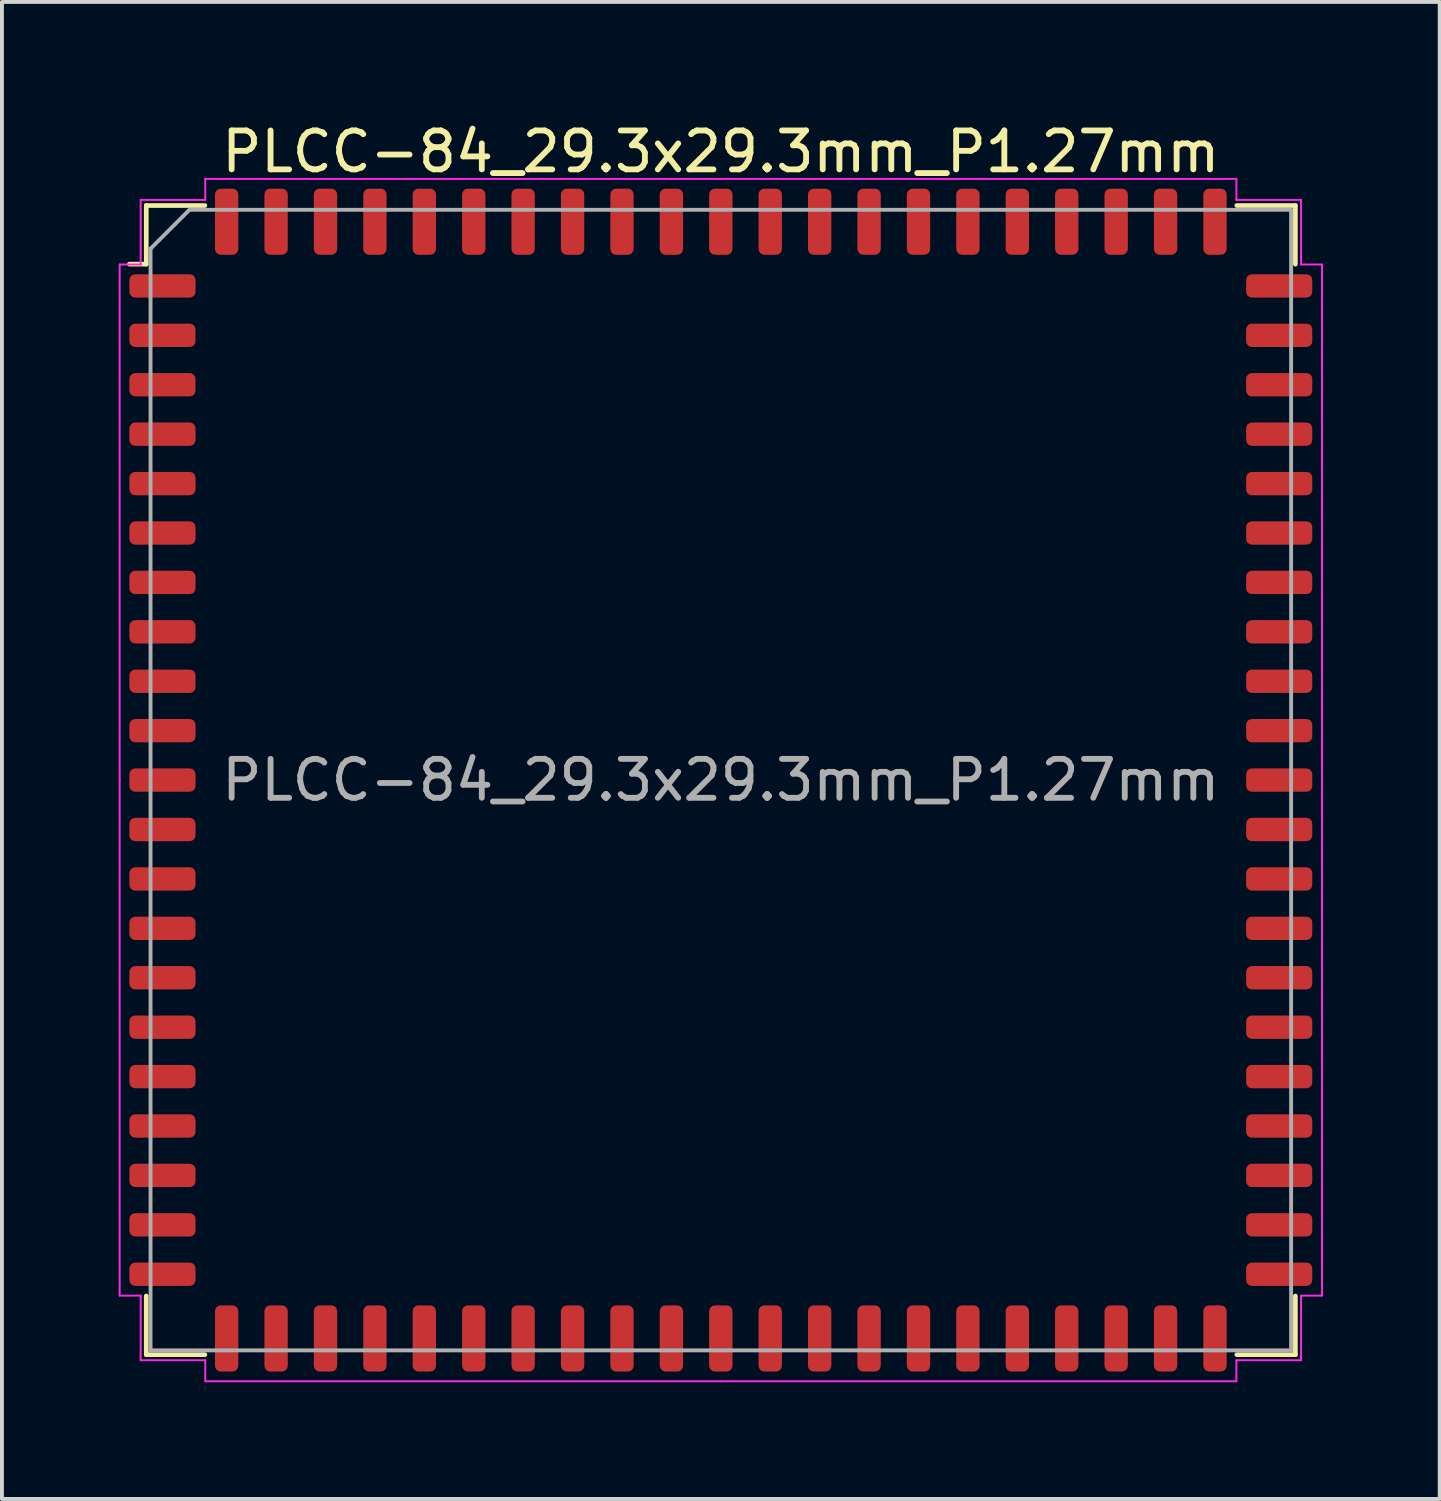
<source format=kicad_pcb>
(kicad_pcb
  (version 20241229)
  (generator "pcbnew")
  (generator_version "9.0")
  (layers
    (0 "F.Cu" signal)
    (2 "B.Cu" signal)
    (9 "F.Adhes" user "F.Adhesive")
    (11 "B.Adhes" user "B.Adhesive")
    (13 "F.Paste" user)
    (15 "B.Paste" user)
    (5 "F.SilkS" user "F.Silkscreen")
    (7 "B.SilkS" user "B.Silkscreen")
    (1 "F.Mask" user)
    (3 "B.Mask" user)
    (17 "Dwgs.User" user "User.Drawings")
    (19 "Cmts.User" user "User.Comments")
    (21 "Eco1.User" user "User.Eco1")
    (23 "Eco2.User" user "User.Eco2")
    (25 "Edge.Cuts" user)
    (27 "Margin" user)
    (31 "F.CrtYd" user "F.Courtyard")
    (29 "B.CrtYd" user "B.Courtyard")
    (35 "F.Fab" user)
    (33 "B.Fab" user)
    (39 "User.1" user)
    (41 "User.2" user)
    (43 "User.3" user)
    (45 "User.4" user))
  (footprint "PLCC-84_29.3x29.3mm_P1.27mm"
    (layer "F.Cu")
    (at 15.475 16.998)
    (property "Reference" "PLCC-84_29.3x29.3mm_P1.27mm" (at 0 -16.15 0) (layer "F.SilkS") (effects (font (size 1 1) (thickness 0.15))))
    (attr smd)
    (fp_line (start -14.766 -14.766) (end -14.766 -13.26) (stroke (width 0.12) (type solid)) (layer "F.SilkS"))
    (fp_line (start -14.766 -13.26) (end -15.2 -13.26) (stroke (width 0.12) (type solid)) (layer "F.SilkS"))
    (fp_line (start -14.766 14.766) (end -14.766 13.26) (stroke (width 0.12) (type solid)) (layer "F.SilkS"))
    (fp_line (start -13.26 -14.766) (end -14.766 -14.766) (stroke (width 0.12) (type solid)) (layer "F.SilkS"))
    (fp_line (start -13.26 14.766) (end -14.766 14.766) (stroke (width 0.12) (type solid)) (layer "F.SilkS"))
    (fp_line (start 13.26 -14.766) (end 14.766 -14.766) (stroke (width 0.12) (type solid)) (layer "F.SilkS"))
    (fp_line (start 13.26 14.766) (end 14.766 14.766) (stroke (width 0.12) (type solid)) (layer "F.SilkS"))
    (fp_line (start 14.766 -14.766) (end 14.766 -13.26) (stroke (width 0.12) (type solid)) (layer "F.SilkS"))
    (fp_line (start 14.766 14.766) (end 14.766 13.26) (stroke (width 0.12) (type solid)) (layer "F.SilkS"))
    (fp_line (start -15.45 -13.25) (end -15.45 0) (stroke (width 0.05) (type solid)) (layer "F.CrtYd"))
    (fp_line (start -15.45 13.25) (end -15.45 0) (stroke (width 0.05) (type solid)) (layer "F.CrtYd"))
    (fp_line (start -14.91 -14.91) (end -14.91 -13.25) (stroke (width 0.05) (type solid)) (layer "F.CrtYd"))
    (fp_line (start -14.91 -13.25) (end -15.45 -13.25) (stroke (width 0.05) (type solid)) (layer "F.CrtYd"))
    (fp_line (start -14.91 13.25) (end -15.45 13.25) (stroke (width 0.05) (type solid)) (layer "F.CrtYd"))
    (fp_line (start -14.91 14.91) (end -14.91 13.25) (stroke (width 0.05) (type solid)) (layer "F.CrtYd"))
    (fp_line (start -13.25 -15.45) (end -13.25 -14.91) (stroke (width 0.05) (type solid)) (layer "F.CrtYd"))
    (fp_line (start -13.25 -14.91) (end -14.91 -14.91) (stroke (width 0.05) (type solid)) (layer "F.CrtYd"))
    (fp_line (start -13.25 14.91) (end -14.91 14.91) (stroke (width 0.05) (type solid)) (layer "F.CrtYd"))
    (fp_line (start -13.25 15.45) (end -13.25 14.91) (stroke (width 0.05) (type solid)) (layer "F.CrtYd"))
    (fp_line (start 0 -15.45) (end -13.25 -15.45) (stroke (width 0.05) (type solid)) (layer "F.CrtYd"))
    (fp_line (start 0 -15.45) (end 13.25 -15.45) (stroke (width 0.05) (type solid)) (layer "F.CrtYd"))
    (fp_line (start 0 15.45) (end -13.25 15.45) (stroke (width 0.05) (type solid)) (layer "F.CrtYd"))
    (fp_line (start 0 15.45) (end 13.25 15.45) (stroke (width 0.05) (type solid)) (layer "F.CrtYd"))
    (fp_line (start 13.25 -15.45) (end 13.25 -14.91) (stroke (width 0.05) (type solid)) (layer "F.CrtYd"))
    (fp_line (start 13.25 -14.91) (end 14.91 -14.91) (stroke (width 0.05) (type solid)) (layer "F.CrtYd"))
    (fp_line (start 13.25 14.91) (end 14.91 14.91) (stroke (width 0.05) (type solid)) (layer "F.CrtYd"))
    (fp_line (start 13.25 15.45) (end 13.25 14.91) (stroke (width 0.05) (type solid)) (layer "F.CrtYd"))
    (fp_line (start 14.91 -14.91) (end 14.91 -13.25) (stroke (width 0.05) (type solid)) (layer "F.CrtYd"))
    (fp_line (start 14.91 -13.25) (end 15.45 -13.25) (stroke (width 0.05) (type solid)) (layer "F.CrtYd"))
    (fp_line (start 14.91 13.25) (end 15.45 13.25) (stroke (width 0.05) (type solid)) (layer "F.CrtYd"))
    (fp_line (start 14.91 14.91) (end 14.91 13.25) (stroke (width 0.05) (type solid)) (layer "F.CrtYd"))
    (fp_line (start 15.45 -13.25) (end 15.45 0) (stroke (width 0.05) (type solid)) (layer "F.CrtYd"))
    (fp_line (start 15.45 13.25) (end 15.45 0) (stroke (width 0.05) (type solid)) (layer "F.CrtYd"))
    (fp_line (start -14.656 -13.656) (end -13.656 -14.656) (stroke (width 0.1) (type solid)) (layer "F.Fab"))
    (fp_line (start -14.656 14.656) (end -14.656 -13.656) (stroke (width 0.1) (type solid)) (layer "F.Fab"))
    (fp_line (start -13.656 -14.656) (end 14.656 -14.656) (stroke (width 0.1) (type solid)) (layer "F.Fab"))
    (fp_line (start 14.656 -14.656) (end 14.656 14.656) (stroke (width 0.1) (type solid)) (layer "F.Fab"))
    (fp_line (start 14.656 14.656) (end -14.656 14.656) (stroke (width 0.1) (type solid)) (layer "F.Fab"))
    (fp_text user "${REFERENCE}" (at 0 0 0) (layer "F.Fab") (effects (font (size 1 1) (thickness 0.15))))
    (pad "1" smd roundrect (at -14.35 -12.7) (size 1.7 0.6) (layers "F.Cu" "F.Mask" "F.Paste") (roundrect_rratio 0.25))
    (pad "2" smd roundrect (at -14.35 -11.43) (size 1.7 0.6) (layers "F.Cu" "F.Mask" "F.Paste") (roundrect_rratio 0.25))
    (pad "3" smd roundrect (at -14.35 -10.16) (size 1.7 0.6) (layers "F.Cu" "F.Mask" "F.Paste") (roundrect_rratio 0.25))
    (pad "4" smd roundrect (at -14.35 -8.89) (size 1.7 0.6) (layers "F.Cu" "F.Mask" "F.Paste") (roundrect_rratio 0.25))
    (pad "5" smd roundrect (at -14.35 -7.62) (size 1.7 0.6) (layers "F.Cu" "F.Mask" "F.Paste") (roundrect_rratio 0.25))
    (pad "6" smd roundrect (at -14.35 -6.35) (size 1.7 0.6) (layers "F.Cu" "F.Mask" "F.Paste") (roundrect_rratio 0.25))
    (pad "7" smd roundrect (at -14.35 -5.08) (size 1.7 0.6) (layers "F.Cu" "F.Mask" "F.Paste") (roundrect_rratio 0.25))
    (pad "8" smd roundrect (at -14.35 -3.81) (size 1.7 0.6) (layers "F.Cu" "F.Mask" "F.Paste") (roundrect_rratio 0.25))
    (pad "9" smd roundrect (at -14.35 -2.54) (size 1.7 0.6) (layers "F.Cu" "F.Mask" "F.Paste") (roundrect_rratio 0.25))
    (pad "10" smd roundrect (at -14.35 -1.27) (size 1.7 0.6) (layers "F.Cu" "F.Mask" "F.Paste") (roundrect_rratio 0.25))
    (pad "11" smd roundrect (at -14.35 0) (size 1.7 0.6) (layers "F.Cu" "F.Mask" "F.Paste") (roundrect_rratio 0.25))
    (pad "12" smd roundrect (at -14.35 1.27) (size 1.7 0.6) (layers "F.Cu" "F.Mask" "F.Paste") (roundrect_rratio 0.25))
    (pad "13" smd roundrect (at -14.35 2.54) (size 1.7 0.6) (layers "F.Cu" "F.Mask" "F.Paste") (roundrect_rratio 0.25))
    (pad "14" smd roundrect (at -14.35 3.81) (size 1.7 0.6) (layers "F.Cu" "F.Mask" "F.Paste") (roundrect_rratio 0.25))
    (pad "15" smd roundrect (at -14.35 5.08) (size 1.7 0.6) (layers "F.Cu" "F.Mask" "F.Paste") (roundrect_rratio 0.25))
    (pad "16" smd roundrect (at -14.35 6.35) (size 1.7 0.6) (layers "F.Cu" "F.Mask" "F.Paste") (roundrect_rratio 0.25))
    (pad "17" smd roundrect (at -14.35 7.62) (size 1.7 0.6) (layers "F.Cu" "F.Mask" "F.Paste") (roundrect_rratio 0.25))
    (pad "18" smd roundrect (at -14.35 8.89) (size 1.7 0.6) (layers "F.Cu" "F.Mask" "F.Paste") (roundrect_rratio 0.25))
    (pad "19" smd roundrect (at -14.35 10.16) (size 1.7 0.6) (layers "F.Cu" "F.Mask" "F.Paste") (roundrect_rratio 0.25))
    (pad "20" smd roundrect (at -14.35 11.43) (size 1.7 0.6) (layers "F.Cu" "F.Mask" "F.Paste") (roundrect_rratio 0.25))
    (pad "21" smd roundrect (at -14.35 12.7) (size 1.7 0.6) (layers "F.Cu" "F.Mask" "F.Paste") (roundrect_rratio 0.25))
    (pad "22" smd roundrect (at -12.7 14.35) (size 0.6 1.7) (layers "F.Cu" "F.Mask" "F.Paste") (roundrect_rratio 0.25))
    (pad "23" smd roundrect (at -11.43 14.35) (size 0.6 1.7) (layers "F.Cu" "F.Mask" "F.Paste") (roundrect_rratio 0.25))
    (pad "24" smd roundrect (at -10.16 14.35) (size 0.6 1.7) (layers "F.Cu" "F.Mask" "F.Paste") (roundrect_rratio 0.25))
    (pad "25" smd roundrect (at -8.89 14.35) (size 0.6 1.7) (layers "F.Cu" "F.Mask" "F.Paste") (roundrect_rratio 0.25))
    (pad "26" smd roundrect (at -7.62 14.35) (size 0.6 1.7) (layers "F.Cu" "F.Mask" "F.Paste") (roundrect_rratio 0.25))
    (pad "27" smd roundrect (at -6.35 14.35) (size 0.6 1.7) (layers "F.Cu" "F.Mask" "F.Paste") (roundrect_rratio 0.25))
    (pad "28" smd roundrect (at -5.08 14.35) (size 0.6 1.7) (layers "F.Cu" "F.Mask" "F.Paste") (roundrect_rratio 0.25))
    (pad "29" smd roundrect (at -3.81 14.35) (size 0.6 1.7) (layers "F.Cu" "F.Mask" "F.Paste") (roundrect_rratio 0.25))
    (pad "30" smd roundrect (at -2.54 14.35) (size 0.6 1.7) (layers "F.Cu" "F.Mask" "F.Paste") (roundrect_rratio 0.25))
    (pad "31" smd roundrect (at -1.27 14.35) (size 0.6 1.7) (layers "F.Cu" "F.Mask" "F.Paste") (roundrect_rratio 0.25))
    (pad "32" smd roundrect (at 0 14.35) (size 0.6 1.7) (layers "F.Cu" "F.Mask" "F.Paste") (roundrect_rratio 0.25))
    (pad "33" smd roundrect (at 1.27 14.35) (size 0.6 1.7) (layers "F.Cu" "F.Mask" "F.Paste") (roundrect_rratio 0.25))
    (pad "34" smd roundrect (at 2.54 14.35) (size 0.6 1.7) (layers "F.Cu" "F.Mask" "F.Paste") (roundrect_rratio 0.25))
    (pad "35" smd roundrect (at 3.81 14.35) (size 0.6 1.7) (layers "F.Cu" "F.Mask" "F.Paste") (roundrect_rratio 0.25))
    (pad "36" smd roundrect (at 5.08 14.35) (size 0.6 1.7) (layers "F.Cu" "F.Mask" "F.Paste") (roundrect_rratio 0.25))
    (pad "37" smd roundrect (at 6.35 14.35) (size 0.6 1.7) (layers "F.Cu" "F.Mask" "F.Paste") (roundrect_rratio 0.25))
    (pad "38" smd roundrect (at 7.62 14.35) (size 0.6 1.7) (layers "F.Cu" "F.Mask" "F.Paste") (roundrect_rratio 0.25))
    (pad "39" smd roundrect (at 8.89 14.35) (size 0.6 1.7) (layers "F.Cu" "F.Mask" "F.Paste") (roundrect_rratio 0.25))
    (pad "40" smd roundrect (at 10.16 14.35) (size 0.6 1.7) (layers "F.Cu" "F.Mask" "F.Paste") (roundrect_rratio 0.25))
    (pad "41" smd roundrect (at 11.43 14.35) (size 0.6 1.7) (layers "F.Cu" "F.Mask" "F.Paste") (roundrect_rratio 0.25))
    (pad "42" smd roundrect (at 12.7 14.35) (size 0.6 1.7) (layers "F.Cu" "F.Mask" "F.Paste") (roundrect_rratio 0.25))
    (pad "43" smd roundrect (at 14.35 12.7) (size 1.7 0.6) (layers "F.Cu" "F.Mask" "F.Paste") (roundrect_rratio 0.25))
    (pad "44" smd roundrect (at 14.35 11.43) (size 1.7 0.6) (layers "F.Cu" "F.Mask" "F.Paste") (roundrect_rratio 0.25))
    (pad "45" smd roundrect (at 14.35 10.16) (size 1.7 0.6) (layers "F.Cu" "F.Mask" "F.Paste") (roundrect_rratio 0.25))
    (pad "46" smd roundrect (at 14.35 8.89) (size 1.7 0.6) (layers "F.Cu" "F.Mask" "F.Paste") (roundrect_rratio 0.25))
    (pad "47" smd roundrect (at 14.35 7.62) (size 1.7 0.6) (layers "F.Cu" "F.Mask" "F.Paste") (roundrect_rratio 0.25))
    (pad "48" smd roundrect (at 14.35 6.35) (size 1.7 0.6) (layers "F.Cu" "F.Mask" "F.Paste") (roundrect_rratio 0.25))
    (pad "49" smd roundrect (at 14.35 5.08) (size 1.7 0.6) (layers "F.Cu" "F.Mask" "F.Paste") (roundrect_rratio 0.25))
    (pad "50" smd roundrect (at 14.35 3.81) (size 1.7 0.6) (layers "F.Cu" "F.Mask" "F.Paste") (roundrect_rratio 0.25))
    (pad "51" smd roundrect (at 14.35 2.54) (size 1.7 0.6) (layers "F.Cu" "F.Mask" "F.Paste") (roundrect_rratio 0.25))
    (pad "52" smd roundrect (at 14.35 1.27) (size 1.7 0.6) (layers "F.Cu" "F.Mask" "F.Paste") (roundrect_rratio 0.25))
    (pad "53" smd roundrect (at 14.35 0) (size 1.7 0.6) (layers "F.Cu" "F.Mask" "F.Paste") (roundrect_rratio 0.25))
    (pad "54" smd roundrect (at 14.35 -1.27) (size 1.7 0.6) (layers "F.Cu" "F.Mask" "F.Paste") (roundrect_rratio 0.25))
    (pad "55" smd roundrect (at 14.35 -2.54) (size 1.7 0.6) (layers "F.Cu" "F.Mask" "F.Paste") (roundrect_rratio 0.25))
    (pad "56" smd roundrect (at 14.35 -3.81) (size 1.7 0.6) (layers "F.Cu" "F.Mask" "F.Paste") (roundrect_rratio 0.25))
    (pad "57" smd roundrect (at 14.35 -5.08) (size 1.7 0.6) (layers "F.Cu" "F.Mask" "F.Paste") (roundrect_rratio 0.25))
    (pad "58" smd roundrect (at 14.35 -6.35) (size 1.7 0.6) (layers "F.Cu" "F.Mask" "F.Paste") (roundrect_rratio 0.25))
    (pad "59" smd roundrect (at 14.35 -7.62) (size 1.7 0.6) (layers "F.Cu" "F.Mask" "F.Paste") (roundrect_rratio 0.25))
    (pad "60" smd roundrect (at 14.35 -8.89) (size 1.7 0.6) (layers "F.Cu" "F.Mask" "F.Paste") (roundrect_rratio 0.25))
    (pad "61" smd roundrect (at 14.35 -10.16) (size 1.7 0.6) (layers "F.Cu" "F.Mask" "F.Paste") (roundrect_rratio 0.25))
    (pad "62" smd roundrect (at 14.35 -11.43) (size 1.7 0.6) (layers "F.Cu" "F.Mask" "F.Paste") (roundrect_rratio 0.25))
    (pad "63" smd roundrect (at 14.35 -12.7) (size 1.7 0.6) (layers "F.Cu" "F.Mask" "F.Paste") (roundrect_rratio 0.25))
    (pad "64" smd roundrect (at 12.7 -14.35) (size 0.6 1.7) (layers "F.Cu" "F.Mask" "F.Paste") (roundrect_rratio 0.25))
    (pad "65" smd roundrect (at 11.43 -14.35) (size 0.6 1.7) (layers "F.Cu" "F.Mask" "F.Paste") (roundrect_rratio 0.25))
    (pad "66" smd roundrect (at 10.16 -14.35) (size 0.6 1.7) (layers "F.Cu" "F.Mask" "F.Paste") (roundrect_rratio 0.25))
    (pad "67" smd roundrect (at 8.89 -14.35) (size 0.6 1.7) (layers "F.Cu" "F.Mask" "F.Paste") (roundrect_rratio 0.25))
    (pad "68" smd roundrect (at 7.62 -14.35) (size 0.6 1.7) (layers "F.Cu" "F.Mask" "F.Paste") (roundrect_rratio 0.25))
    (pad "69" smd roundrect (at 6.35 -14.35) (size 0.6 1.7) (layers "F.Cu" "F.Mask" "F.Paste") (roundrect_rratio 0.25))
    (pad "70" smd roundrect (at 5.08 -14.35) (size 0.6 1.7) (layers "F.Cu" "F.Mask" "F.Paste") (roundrect_rratio 0.25))
    (pad "71" smd roundrect (at 3.81 -14.35) (size 0.6 1.7) (layers "F.Cu" "F.Mask" "F.Paste") (roundrect_rratio 0.25))
    (pad "72" smd roundrect (at 2.54 -14.35) (size 0.6 1.7) (layers "F.Cu" "F.Mask" "F.Paste") (roundrect_rratio 0.25))
    (pad "73" smd roundrect (at 1.27 -14.35) (size 0.6 1.7) (layers "F.Cu" "F.Mask" "F.Paste") (roundrect_rratio 0.25))
    (pad "74" smd roundrect (at 0 -14.35) (size 0.6 1.7) (layers "F.Cu" "F.Mask" "F.Paste") (roundrect_rratio 0.25))
    (pad "75" smd roundrect (at -1.27 -14.35) (size 0.6 1.7) (layers "F.Cu" "F.Mask" "F.Paste") (roundrect_rratio 0.25))
    (pad "76" smd roundrect (at -2.54 -14.35) (size 0.6 1.7) (layers "F.Cu" "F.Mask" "F.Paste") (roundrect_rratio 0.25))
    (pad "77" smd roundrect (at -3.81 -14.35) (size 0.6 1.7) (layers "F.Cu" "F.Mask" "F.Paste") (roundrect_rratio 0.25))
    (pad "78" smd roundrect (at -5.08 -14.35) (size 0.6 1.7) (layers "F.Cu" "F.Mask" "F.Paste") (roundrect_rratio 0.25))
    (pad "79" smd roundrect (at -6.35 -14.35) (size 0.6 1.7) (layers "F.Cu" "F.Mask" "F.Paste") (roundrect_rratio 0.25))
    (pad "80" smd roundrect (at -7.62 -14.35) (size 0.6 1.7) (layers "F.Cu" "F.Mask" "F.Paste") (roundrect_rratio 0.25))
    (pad "81" smd roundrect (at -8.89 -14.35) (size 0.6 1.7) (layers "F.Cu" "F.Mask" "F.Paste") (roundrect_rratio 0.25))
    (pad "82" smd roundrect (at -10.16 -14.35) (size 0.6 1.7) (layers "F.Cu" "F.Mask" "F.Paste") (roundrect_rratio 0.25))
    (pad "83" smd roundrect (at -11.43 -14.35) (size 0.6 1.7) (layers "F.Cu" "F.Mask" "F.Paste") (roundrect_rratio 0.25))
    (pad "84" smd roundrect (at -12.7 -14.35) (size 0.6 1.7) (layers "F.Cu" "F.Mask" "F.Paste") (roundrect_rratio 0.25)))
  (gr_rect
    (start -3 -3)
    (end 33.95 35.473)
    (stroke (width 0.1) (type default))
    (fill no)
    (layer "Edge.Cuts")))
</source>
